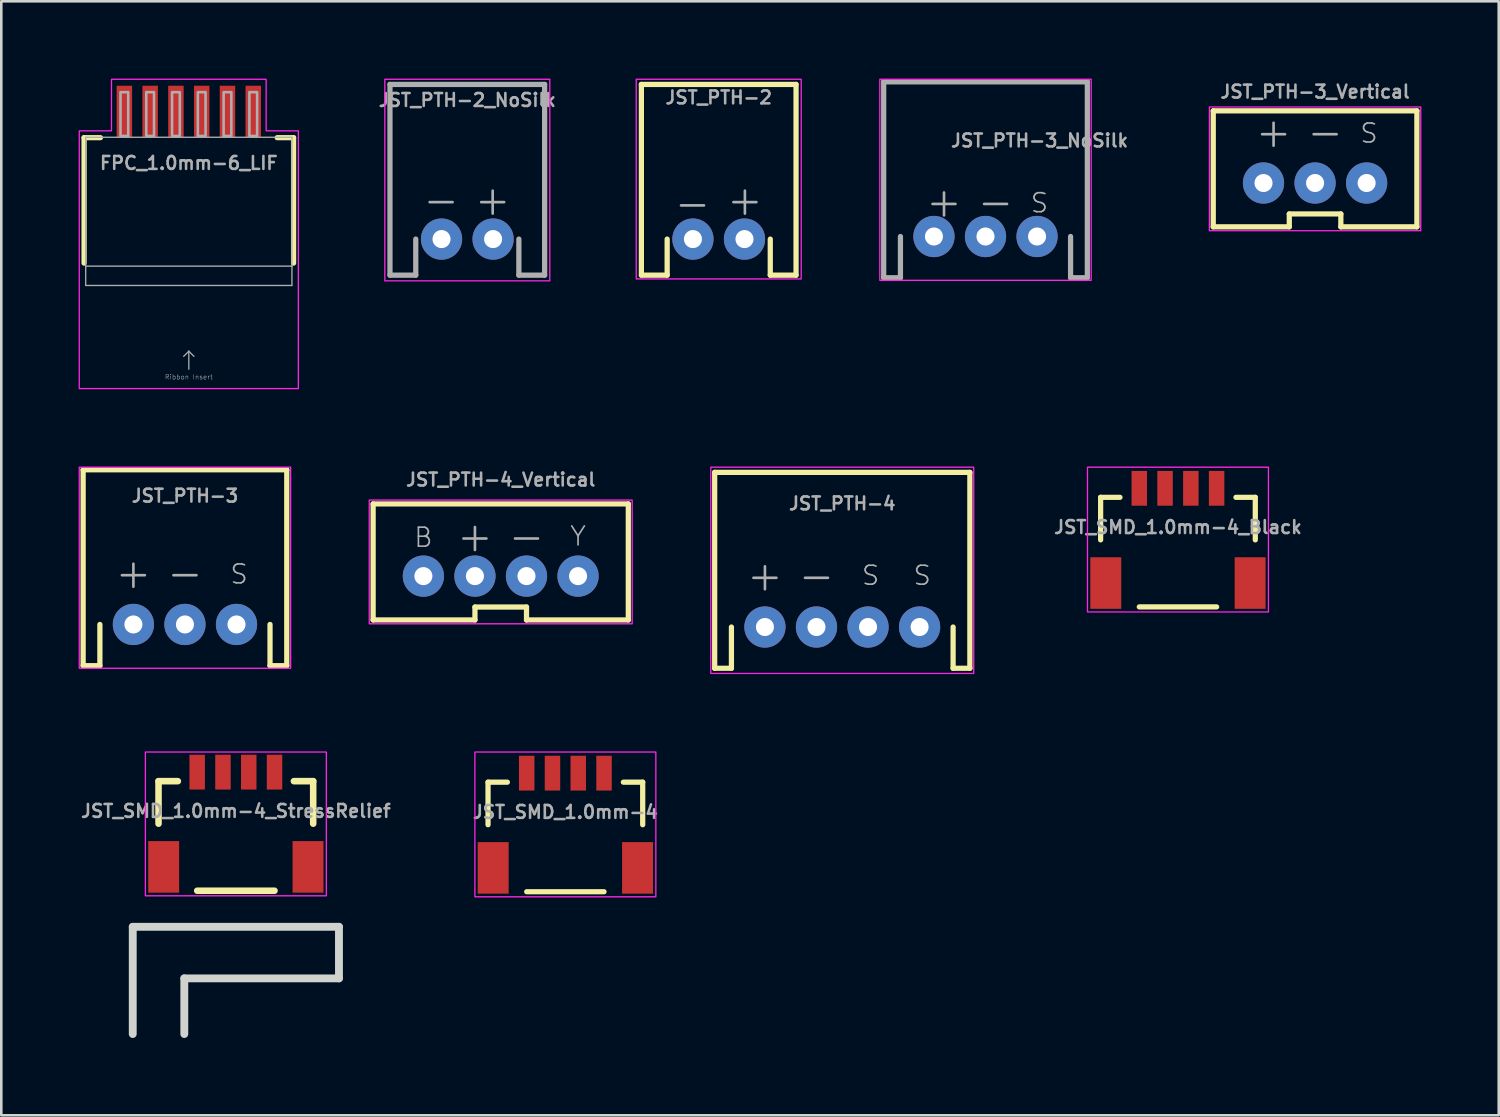
<source format=kicad_pcb>
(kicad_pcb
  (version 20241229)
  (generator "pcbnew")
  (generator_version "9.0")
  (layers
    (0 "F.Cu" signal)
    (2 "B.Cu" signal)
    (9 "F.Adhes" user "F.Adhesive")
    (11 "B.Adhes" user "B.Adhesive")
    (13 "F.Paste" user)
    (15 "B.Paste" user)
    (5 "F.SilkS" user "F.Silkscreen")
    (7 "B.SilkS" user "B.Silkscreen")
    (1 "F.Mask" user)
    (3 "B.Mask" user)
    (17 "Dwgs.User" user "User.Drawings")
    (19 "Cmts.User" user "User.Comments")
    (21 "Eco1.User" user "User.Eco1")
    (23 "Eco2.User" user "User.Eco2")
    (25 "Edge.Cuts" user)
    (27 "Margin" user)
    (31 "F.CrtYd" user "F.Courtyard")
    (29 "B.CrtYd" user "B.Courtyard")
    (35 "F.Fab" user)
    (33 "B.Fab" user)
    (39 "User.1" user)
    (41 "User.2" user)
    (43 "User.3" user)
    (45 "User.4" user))
  (footprint "JST_PTH-3_NoSilk"
    (layer "F.Cu")
    (at 35.182 6.125)
    (property "Reference" "JST_PTH-3_NoSilk" (at -1.397 -3.429 0) (layer "F.Fab") (effects (font (size 0.5 0.5) (thickness 0.1)) (justify left bottom)))
    (attr through_hole)
    (fp_rect (start 4.1 -6.1) (end -4.1 1.7) (stroke (width 0.05) (type default)) (fill no) (layer "F.CrtYd"))
    (fp_line (start -3.95 -6) (end 3.95 -6) (stroke (width 0.203) (type solid)) (layer "F.Fab"))
    (fp_line (start -3.95 1.6) (end -3.95 -6) (stroke (width 0.203) (type solid)) (layer "F.Fab"))
    (fp_line (start -3.95 1.6) (end -3.3 1.6) (stroke (width 0.203) (type solid)) (layer "F.Fab"))
    (fp_line (start -3.3 1.6) (end -3.3 0) (stroke (width 0.203) (type solid)) (layer "F.Fab"))
    (fp_line (start 3.3 1.6) (end 3.3 0) (stroke (width 0.203) (type solid)) (layer "F.Fab"))
    (fp_line (start 3.95 -6) (end 3.95 1.6) (stroke (width 0.203) (type solid)) (layer "F.Fab"))
    (fp_line (start 3.95 1.6) (end 3.3 1.6) (stroke (width 0.203) (type solid)) (layer "F.Fab"))
    (fp_text user "S" (at 1.7 -0.87 0) (layer "F.Fab") (effects (font (size 0.736 0.736) (thickness 0.064)) (justify left bottom)))
    (fp_text user "+" (at -2.4 -0.67 0) (layer "F.Fab") (effects (font (size 1.168 1.168) (thickness 0.102)) (justify left bottom)))
    (fp_text user "-" (at -0.4 -0.67 0) (layer "F.Fab") (effects (font (size 1.168 1.168) (thickness 0.102)) (justify left bottom)))
    (pad "1" thru_hole circle (at -2 0) (size 1.6 1.6) (drill 0.7) (layers "*.Cu" "*.Mask"))
    (pad "2" thru_hole circle (at 0 0) (size 1.6 1.6) (drill 0.7) (layers "*.Cu" "*.Mask"))
    (pad "3" thru_hole circle (at 2 0) (size 1.6 1.6) (drill 0.7) (layers "*.Cu" "*.Mask")))
  (footprint "JST_PTH-3_Vertical"
    (layer "F.Cu")
    (at 47.967 3.5)
    (property "Reference" "JST_PTH-3_Vertical" (at 0 -2.7 0) (layer "F.Fab") (effects (font (size 0.5 0.5) (thickness 0.1)) (justify bottom)))
    (attr through_hole)
    (fp_line (start -3.95 -2.25) (end 3.95 -2.25) (stroke (width 0.203) (type solid)) (layer "F.SilkS"))
    (fp_line (start -3.95 2.25) (end -3.95 -2.25) (stroke (width 0.203) (type solid)) (layer "F.SilkS"))
    (fp_line (start -1 1.75) (end -1 2.25) (stroke (width 0.203) (type solid)) (layer "F.SilkS"))
    (fp_line (start -1 1.75) (end 1 1.75) (stroke (width 0.203) (type solid)) (layer "F.SilkS"))
    (fp_line (start -1 2.25) (end -3.95 2.25) (stroke (width 0.203) (type solid)) (layer "F.SilkS"))
    (fp_line (start 1 1.75) (end 1 2.25) (stroke (width 0.203) (type solid)) (layer "F.SilkS"))
    (fp_line (start 3.95 -2.25) (end 3.95 2.25) (stroke (width 0.203) (type solid)) (layer "F.SilkS"))
    (fp_line (start 3.95 2.25) (end 1 2.25) (stroke (width 0.203) (type solid)) (layer "F.SilkS"))
    (fp_rect (start 4.1 -2.4) (end -4.1 2.4) (stroke (width 0.05) (type default)) (fill no) (layer "F.CrtYd"))
    (fp_text user "S" (at 1.7 -0.95 0) (layer "F.Fab") (effects (font (size 0.736 0.736) (thickness 0.064)) (justify left bottom)))
    (fp_text user "-" (at -0.4 -0.75 0) (layer "F.Fab") (effects (font (size 1.168 1.168) (thickness 0.102)) (justify left bottom)))
    (fp_text user "+" (at -2.4 -0.75 0) (layer "F.Fab") (effects (font (size 1.168 1.168) (thickness 0.102)) (justify left bottom)))
    (pad "1" thru_hole circle (at -2 0.55) (size 1.6 1.6) (drill 0.7) (layers "*.Cu" "*.Mask"))
    (pad "2" thru_hole circle (at 0 0.55) (size 1.6 1.6) (drill 0.7) (layers "*.Cu" "*.Mask"))
    (pad "3" thru_hole circle (at 2 0.55) (size 1.6 1.6) (drill 0.7) (layers "*.Cu" "*.Mask")))
  (footprint "JST_PTH-4"
    (layer "F.Cu")
    (at 29.625 21.275)
    (property "Reference" "JST_PTH-4" (at 0 -4.5 0) (layer "F.Fab") (effects (font (size 0.5 0.5) (thickness 0.1)) (justify bottom)))
    (attr through_hole)
    (fp_line (start -4.95 -6) (end 4.95 -6) (stroke (width 0.203) (type solid)) (layer "F.SilkS"))
    (fp_line (start -4.95 1.6) (end -4.95 -6) (stroke (width 0.203) (type solid)) (layer "F.SilkS"))
    (fp_line (start -4.95 1.6) (end -4.3 1.6) (stroke (width 0.203) (type solid)) (layer "F.SilkS"))
    (fp_line (start -4.3 1.6) (end -4.3 0) (stroke (width 0.203) (type solid)) (layer "F.SilkS"))
    (fp_line (start 4.3 1.6) (end 4.3 0) (stroke (width 0.203) (type solid)) (layer "F.SilkS"))
    (fp_line (start 4.95 -6) (end 4.95 1.6) (stroke (width 0.203) (type solid)) (layer "F.SilkS"))
    (fp_line (start 4.95 1.6) (end 4.3 1.6) (stroke (width 0.203) (type solid)) (layer "F.SilkS"))
    (fp_rect (start 5.1 -6.2) (end -5.1 1.8) (stroke (width 0.05) (type default)) (fill no) (layer "F.CrtYd"))
    (fp_text user "+" (at -3 -2 0) (layer "F.Fab") (effects (font (size 1.168 1.168) (thickness 0.102))))
    (fp_text user "S" (at 1.1 -2 0) (layer "F.Fab") (effects (font (size 0.736 0.736) (thickness 0.064))))
    (fp_text user "S" (at 3.1 -2 0) (layer "F.Fab") (effects (font (size 0.736 0.736) (thickness 0.064))))
    (fp_text user "-" (at -1 -2 0) (layer "F.Fab") (effects (font (size 1.168 1.168) (thickness 0.102))))
    (pad "1" thru_hole circle (at -3 0) (size 1.6 1.6) (drill 0.7) (layers "*.Cu" "*.Mask"))
    (pad "2" thru_hole circle (at -1 0) (size 1.6 1.6) (drill 0.7) (layers "*.Cu" "*.Mask"))
    (pad "3" thru_hole circle (at 1 0) (size 1.6 1.6) (drill 0.7) (layers "*.Cu" "*.Mask"))
    (pad "4" thru_hole circle (at 3 0) (size 1.6 1.6) (drill 0.7) (layers "*.Cu" "*.Mask")))
  (footprint "JST_SMD_1.0mm-4"
    (layer "F.Cu")
    (at 18.883 26.944)
    (property "Reference" "JST_SMD_1.0mm-4" (at 0 1.8 0) (layer "F.Fab") (effects (font (size 0.5 0.5) (thickness 0.1)) (justify bottom)))
    (attr smd)
    (fp_line (start -3 0.35) (end -2.25 0.35) (stroke (width 0.203) (type solid)) (layer "F.SilkS"))
    (fp_line (start -3 2) (end -3 0.35) (stroke (width 0.203) (type solid)) (layer "F.SilkS"))
    (fp_line (start -1.5 4.6) (end 1.5 4.6) (stroke (width 0.203) (type solid)) (layer "F.SilkS"))
    (fp_line (start 2.25 0.35) (end 3 0.35) (stroke (width 0.203) (type solid)) (layer "F.SilkS"))
    (fp_line (start 3 0.35) (end 3 2) (stroke (width 0.203) (type solid)) (layer "F.SilkS"))
    (fp_rect (start 3.51 4.797) (end -3.51 -0.819) (stroke (width 0.05) (type default)) (fill no) (layer "F.CrtYd"))
    (pad "1" smd rect (at -1.5 0) (size 0.6 1.35) (layers "F.Cu" "F.Mask" "F.Paste"))
    (pad "2" smd rect (at -0.5 0) (size 0.6 1.35) (layers "F.Cu" "F.Mask" "F.Paste"))
    (pad "3" smd rect (at 0.5 0) (size 0.6 1.35) (layers "F.Cu" "F.Mask" "F.Paste"))
    (pad "4" smd rect (at 1.5 0) (size 0.6 1.35) (layers "F.Cu" "F.Mask" "F.Paste"))
    (pad "NC1" smd rect (at 2.8 3.675) (size 1.2 2) (layers "F.Cu" "F.Mask" "F.Paste"))
    (pad "NC2" smd rect (at -2.8 3.675) (size 1.2 2) (layers "F.Cu" "F.Mask" "F.Paste")))
  (footprint "JST_PTH-4_Vertical"
    (layer "F.Cu")
    (at 16.375 18.75)
    (property "Reference" "JST_PTH-4_Vertical" (at 0 -2.9 0) (layer "F.Fab") (effects (font (size 0.5 0.5) (thickness 0.1) (bold yes)) (justify bottom)))
    (attr through_hole)
    (fp_line (start -4.95 -2.25) (end 4.95 -2.25) (stroke (width 0.203) (type solid)) (layer "F.SilkS"))
    (fp_line (start -4.95 2.25) (end -4.95 -2.25) (stroke (width 0.203) (type solid)) (layer "F.SilkS"))
    (fp_line (start -1 1.75) (end -1 2.25) (stroke (width 0.203) (type solid)) (layer "F.SilkS"))
    (fp_line (start -1 1.75) (end 1 1.75) (stroke (width 0.203) (type solid)) (layer "F.SilkS"))
    (fp_line (start -1 2.25) (end -4.95 2.25) (stroke (width 0.203) (type solid)) (layer "F.SilkS"))
    (fp_line (start 1 1.75) (end 1 2.25) (stroke (width 0.203) (type solid)) (layer "F.SilkS"))
    (fp_line (start 4.95 -2.25) (end 4.95 2.25) (stroke (width 0.203) (type solid)) (layer "F.SilkS"))
    (fp_line (start 4.95 2.25) (end 1 2.25) (stroke (width 0.203) (type solid)) (layer "F.SilkS"))
    (fp_rect (start 5.1 -2.4) (end -5.1 2.4) (stroke (width 0.05) (type default)) (fill no) (layer "F.CrtYd"))
    (fp_text user "B" (at -3 -0.95 0) (layer "F.Fab") (effects (font (size 0.736 0.736) (thickness 0.064))))
    (fp_text user "-" (at 1 -1 0) (layer "F.Fab") (effects (font (size 1.168 1.168) (thickness 0.102))))
    (fp_text user "Y" (at 3 -1 0) (layer "F.Fab") (effects (font (size 0.736 0.736) (thickness 0.064))))
    (fp_text user "+" (at -1 -1 0) (layer "F.Fab") (effects (font (size 1.168 1.168) (thickness 0.102))))
    (pad "1" thru_hole circle (at -3 0.55) (size 1.6 1.6) (drill 0.7) (layers "*.Cu" "*.Mask"))
    (pad "2" thru_hole circle (at -1 0.55) (size 1.6 1.6) (drill 0.7) (layers "*.Cu" "*.Mask"))
    (pad "3" thru_hole circle (at 1 0.55) (size 1.6 1.6) (drill 0.7) (layers "*.Cu" "*.Mask"))
    (pad "4" thru_hole circle (at 3 0.55) (size 1.6 1.6) (drill 0.7) (layers "*.Cu" "*.Mask")))
  (footprint "JST_SMD_1.0mm-4_Black"
    (layer "F.Cu")
    (at 42.648 15.894)
    (property "Reference" "JST_SMD_1.0mm-4_Black" (at 0 1.8 0) (layer "F.Fab") (effects (font (size 0.5 0.5) (thickness 0.1)) (justify bottom)))
    (attr smd)
    (fp_line (start -3 0.35) (end -2.25 0.35) (stroke (width 0.203) (type solid)) (layer "F.SilkS"))
    (fp_line (start -3 2) (end -3 0.35) (stroke (width 0.203) (type solid)) (layer "F.SilkS"))
    (fp_line (start -1.5 4.6) (end 1.5 4.6) (stroke (width 0.203) (type solid)) (layer "F.SilkS"))
    (fp_line (start 2.25 0.35) (end 3 0.35) (stroke (width 0.203) (type solid)) (layer "F.SilkS"))
    (fp_line (start 3 0.35) (end 3 2) (stroke (width 0.203) (type solid)) (layer "F.SilkS"))
    (fp_rect (start 3.51 4.797) (end -3.51 -0.819) (stroke (width 0.05) (type default)) (fill no) (layer "F.CrtYd"))
    (pad "1" smd rect (at -1.5 0) (size 0.6 1.35) (layers "F.Cu" "F.Mask" "F.Paste"))
    (pad "2" smd rect (at -0.5 0) (size 0.6 1.35) (layers "F.Cu" "F.Mask" "F.Paste"))
    (pad "3" smd rect (at 0.5 0) (size 0.6 1.35) (layers "F.Cu" "F.Mask" "F.Paste"))
    (pad "4" smd rect (at 1.5 0) (size 0.6 1.35) (layers "F.Cu" "F.Mask" "F.Paste"))
    (pad "NC1" smd rect (at 2.8 3.675) (size 1.2 2) (layers "F.Cu" "F.Mask" "F.Paste"))
    (pad "NC2" smd rect (at -2.8 3.675) (size 1.2 2) (layers "F.Cu" "F.Mask" "F.Paste")))
  (footprint "JST_SMD_1.0mm-4_StressRelief"
    (layer "F.Cu")
    (at 6.1 26.905)
    (property "Reference" "JST_SMD_1.0mm-4_StressRelief" (at 0 1.8 0) (layer "F.Fab") (effects (font (size 0.5 0.5) (thickness 0.1)) (justify bottom)))
    (attr smd)
    (fp_line (start -3 0.35) (end -2.25 0.35) (stroke (width 0.254) (type solid)) (layer "F.SilkS"))
    (fp_line (start -3 2) (end -3 0.35) (stroke (width 0.254) (type solid)) (layer "F.SilkS"))
    (fp_line (start -1.5 4.6) (end 1.5 4.6) (stroke (width 0.254) (type solid)) (layer "F.SilkS"))
    (fp_line (start 2.25 0.35) (end 3 0.35) (stroke (width 0.254) (type solid)) (layer "F.SilkS"))
    (fp_line (start 3 0.35) (end 3 2) (stroke (width 0.254) (type solid)) (layer "F.SilkS"))
    (fp_line (start -4 6) (end -4 10.16) (stroke (width 0.305) (type solid)) (layer "Edge.Cuts"))
    (fp_line (start -2 8) (end 4 8) (stroke (width 0.305) (type solid)) (layer "Edge.Cuts"))
    (fp_line (start -2 10.16) (end -2 8) (stroke (width 0.305) (type solid)) (layer "Edge.Cuts"))
    (fp_line (start 4 6) (end -4 6) (stroke (width 0.305) (type solid)) (layer "Edge.Cuts"))
    (fp_line (start 4 8) (end 4 6) (stroke (width 0.305) (type solid)) (layer "Edge.Cuts"))
    (fp_rect (start 3.51 4.797) (end -3.51 -0.78) (stroke (width 0.05) (type default)) (fill no) (layer "F.CrtYd"))
    (pad "1" smd rect (at -1.5 0) (size 0.6 1.35) (layers "F.Cu" "F.Mask" "F.Paste"))
    (pad "2" smd rect (at -0.5 0) (size 0.6 1.35) (layers "F.Cu" "F.Mask" "F.Paste"))
    (pad "3" smd rect (at 0.5 0) (size 0.6 1.35) (layers "F.Cu" "F.Mask" "F.Paste"))
    (pad "4" smd rect (at 1.5 0) (size 0.6 1.35) (layers "F.Cu" "F.Mask" "F.Paste"))
    (pad "NC1" smd rect (at 2.8 3.675) (size 1.2 2) (layers "F.Cu" "F.Mask" "F.Paste"))
    (pad "NC2" smd rect (at -2.8 3.675) (size 1.2 2) (layers "F.Cu" "F.Mask" "F.Paste")))
  (footprint "JST_PTH-3"
    (layer "F.Cu")
    (at 4.125 21.175)
    (property "Reference" "JST_PTH-3" (at 0 -4.7 0) (layer "F.Fab") (effects (font (size 0.5 0.5) (thickness 0.1)) (justify bottom)))
    (attr through_hole)
    (fp_line (start -3.95 -6) (end 3.95 -6) (stroke (width 0.203) (type solid)) (layer "F.SilkS"))
    (fp_line (start -3.95 1.6) (end -3.95 -6) (stroke (width 0.203) (type solid)) (layer "F.SilkS"))
    (fp_line (start -3.95 1.6) (end -3.3 1.6) (stroke (width 0.203) (type solid)) (layer "F.SilkS"))
    (fp_line (start -3.3 1.6) (end -3.3 0) (stroke (width 0.203) (type solid)) (layer "F.SilkS"))
    (fp_line (start 3.3 1.6) (end 3.3 0) (stroke (width 0.203) (type solid)) (layer "F.SilkS"))
    (fp_line (start 3.95 -6) (end 3.95 1.6) (stroke (width 0.203) (type solid)) (layer "F.SilkS"))
    (fp_line (start 3.95 1.6) (end 3.3 1.6) (stroke (width 0.203) (type solid)) (layer "F.SilkS"))
    (fp_rect (start 4.1 -6.1) (end -4.1 1.7) (stroke (width 0.05) (type default)) (fill no) (layer "F.CrtYd"))
    (fp_text user "+" (at -2 -2 0) (layer "F.Fab") (effects (font (size 1.168 1.168) (thickness 0.102))))
    (fp_text user "-" (at 0 -2 0) (layer "F.Fab") (effects (font (size 1.168 1.168) (thickness 0.102))))
    (fp_text user "S" (at 2.1 -1.95 0) (layer "F.Fab") (effects (font (size 0.736 0.736) (thickness 0.064))))
    (pad "1" thru_hole circle (at -2 0) (size 1.6 1.6) (drill 0.7) (layers "*.Cu" "*.Mask"))
    (pad "2" thru_hole circle (at 0 0) (size 1.6 1.6) (drill 0.7) (layers "*.Cu" "*.Mask"))
    (pad "3" thru_hole circle (at 2 0) (size 1.6 1.6) (drill 0.7) (layers "*.Cu" "*.Mask")))
  (footprint "JST_PTH-2"
    (layer "F.Cu")
    (at 24.832 6.225)
    (property "Reference" "JST_PTH-2" (at 0 -5.2 0) (layer "F.Fab") (effects (font (size 0.5 0.5) (thickness 0.1)) (justify bottom)))
    (attr through_hole)
    (fp_line (start -3 -6) (end 3 -6) (stroke (width 0.203) (type solid)) (layer "F.SilkS"))
    (fp_line (start -3 1.4) (end -3 -6) (stroke (width 0.203) (type solid)) (layer "F.SilkS"))
    (fp_line (start -3 1.4) (end -2 1.4) (stroke (width 0.203) (type solid)) (layer "F.SilkS"))
    (fp_line (start -2 1.4) (end -2 0) (stroke (width 0.203) (type solid)) (layer "F.SilkS"))
    (fp_line (start 2 1.4) (end 2 0) (stroke (width 0.203) (type solid)) (layer "F.SilkS"))
    (fp_line (start 3 -6) (end 3 1.4) (stroke (width 0.203) (type solid)) (layer "F.SilkS"))
    (fp_line (start 3 1.4) (end 2 1.4) (stroke (width 0.203) (type solid)) (layer "F.SilkS"))
    (fp_rect (start 3.2 -6.2) (end -3.2 1.546) (stroke (width 0.05) (type default)) (fill no) (layer "F.CrtYd"))
    (fp_text user "-" (at -1.016 -1.397 0) (layer "F.Fab") (effects (font (size 1.168 1.168) (thickness 0.102))))
    (fp_text user "+" (at 1.016 -1.524 0) (layer "F.Fab") (effects (font (size 1.168 1.168) (thickness 0.102))))
    (pad "1" thru_hole circle (at -1 0) (size 1.6 1.6) (drill 0.7) (layers "*.Cu" "*.Mask"))
    (pad "2" thru_hole circle (at 1 0) (size 1.6 1.6) (drill 0.7) (layers "*.Cu" "*.Mask")))
  (footprint "JST_PTH-2_NoSilk"
    (layer "F.Cu")
    (at 15.079 6.225)
    (property "Reference" "JST_PTH-2_NoSilk" (at 0 -5.1 0) (layer "F.Fab") (effects (font (size 0.5 0.5) (thickness 0.1)) (justify bottom)))
    (attr through_hole)
    (fp_rect (start 3.2 -6.2) (end -3.2 1.619) (stroke (width 0.05) (type default)) (fill no) (layer "F.CrtYd"))
    (fp_line (start -3 -6) (end 3 -6) (stroke (width 0.203) (type solid)) (layer "F.Fab"))
    (fp_line (start -3 1.4) (end -3 -6) (stroke (width 0.203) (type solid)) (layer "F.Fab"))
    (fp_line (start -2 0) (end -2 1.4) (stroke (width 0.203) (type solid)) (layer "F.Fab"))
    (fp_line (start -2 1.4) (end -3 1.4) (stroke (width 0.203) (type solid)) (layer "F.Fab"))
    (fp_line (start 2 1.4) (end 2 0) (stroke (width 0.203) (type solid)) (layer "F.Fab"))
    (fp_line (start 3 -6) (end 3 1.4) (stroke (width 0.203) (type solid)) (layer "F.Fab"))
    (fp_line (start 3 1.4) (end 2 1.4) (stroke (width 0.203) (type solid)) (layer "F.Fab"))
    (fp_text user "+" (at 0.984 -1.524 0) (layer "F.Fab") (effects (font (size 1.168 1.168) (thickness 0.102))))
    (fp_text user "-" (at -1.016 -1.524 0) (layer "F.Fab") (effects (font (size 1.168 1.168) (thickness 0.102))))
    (pad "1" thru_hole circle (at -1 0) (size 1.6 1.6) (drill 0.7) (layers "*.Cu" "*.Mask"))
    (pad "2" thru_hole circle (at 1 0) (size 1.6 1.6) (drill 0.7) (layers "*.Cu" "*.Mask")))
  (footprint "FPC_1.0mm-6_LIF"
    (layer "F.Cu")
    (at 4.275 4.275)
    (property "Reference" "FPC_1.0mm-6_LIF" (at 0 -1 0) (layer "F.Fab") (effects (font (size 0.5 0.5) (thickness 0.1) (bold yes))))
    (attr smd)
    (fp_line (start -4.064 -1.984) (end -4.064 2.88) (stroke (width 0.203) (type solid)) (layer "F.SilkS"))
    (fp_line (start -3.429 -1.984) (end -4.064 -1.984) (stroke (width 0.203) (type solid)) (layer "F.SilkS"))
    (fp_line (start 4.064 -1.984) (end 3.429 -1.984) (stroke (width 0.203) (type solid)) (layer "F.SilkS"))
    (fp_line (start 4.064 -1.984) (end 4.064 2.88) (stroke (width 0.203) (type solid)) (layer "F.SilkS"))
    (fp_poly (pts (xy 3 -2.25) (xy 3 -4.25) (xy -3 -4.25) (xy -3 -2.25) (xy -4.25 -2.25) (xy -4.25 7.75) (xy 4.25 7.75) (xy 4.25 -2.25)) (stroke (width 0.05) (type solid)) (fill no) (layer "F.CrtYd"))
    (fp_line (start -4 -2) (end 4 -2) (stroke (width 0.051) (type solid)) (layer "F.Fab"))
    (fp_line (start -4 3) (end -4 -2) (stroke (width 0.051) (type solid)) (layer "F.Fab"))
    (fp_line (start -4 3) (end 4 3) (stroke (width 0.051) (type solid)) (layer "F.Fab"))
    (fp_line (start -4 3.75) (end -4 3) (stroke (width 0.051) (type solid)) (layer "F.Fab"))
    (fp_line (start 0 6.3) (end -0.2 6.5) (stroke (width 0.05) (type solid)) (layer "F.Fab"))
    (fp_line (start 0 6.3) (end 0.2 6.5) (stroke (width 0.05) (type solid)) (layer "F.Fab"))
    (fp_line (start 0 7) (end 0 6.3) (stroke (width 0.05) (type solid)) (layer "F.Fab"))
    (fp_line (start 4 -2) (end 4 3) (stroke (width 0.051) (type solid)) (layer "F.Fab"))
    (fp_line (start 4 3) (end 4 3.75) (stroke (width 0.051) (type solid)) (layer "F.Fab"))
    (fp_line (start 4 3.75) (end -4 3.75) (stroke (width 0.051) (type solid)) (layer "F.Fab"))
    (fp_poly (pts (xy -2.65 -2.05) (xy -2.35 -2.05) (xy -2.35 -3.75) (xy -2.65 -3.75)) (stroke (width 0.1) (type default)) (fill no) (layer "F.Fab"))
    (fp_poly (pts (xy -1.65 -2.05) (xy -1.35 -2.05) (xy -1.35 -3.75) (xy -1.65 -3.75)) (stroke (width 0.1) (type default)) (fill no) (layer "F.Fab"))
    (fp_poly (pts (xy -0.65 -2.05) (xy -0.35 -2.05) (xy -0.35 -3.75) (xy -0.65 -3.75)) (stroke (width 0.1) (type default)) (fill no) (layer "F.Fab"))
    (fp_poly (pts (xy 0.35 -2.05) (xy 0.65 -2.05) (xy 0.65 -3.75) (xy 0.35 -3.75)) (stroke (width 0.1) (type default)) (fill no) (layer "F.Fab"))
    (fp_poly (pts (xy 1.35 -2.05) (xy 1.65 -2.05) (xy 1.65 -3.75) (xy 1.35 -3.75)) (stroke (width 0.1) (type default)) (fill no) (layer "F.Fab"))
    (fp_poly (pts (xy 2.35 -2.05) (xy 2.65 -2.05) (xy 2.65 -3.75) (xy 2.35 -3.75)) (stroke (width 0.1) (type default)) (fill no) (layer "F.Fab"))
    (fp_text user "Ribbon Insert" (at 0 7.3 0) (layer "F.Fab") (effects (font (size 0.184 0.184) (thickness 0.016))))
    (pad "1" smd rect (at -2.5 -3 90) (size 2 0.6) (layers "F.Cu" "F.Mask" "F.Paste"))
    (pad "2" smd rect (at -1.5 -3 90) (size 2 0.6) (layers "F.Cu" "F.Mask" "F.Paste"))
    (pad "3" smd rect (at -0.5 -3 90) (size 2 0.6) (layers "F.Cu" "F.Mask" "F.Paste"))
    (pad "4" smd rect (at 0.5 -3 90) (size 2 0.6) (layers "F.Cu" "F.Mask" "F.Paste"))
    (pad "5" smd rect (at 1.5 -3 90) (size 2 0.6) (layers "F.Cu" "F.Mask" "F.Paste"))
    (pad "6" smd rect (at 2.5 -3 90) (size 2 0.6) (layers "F.Cu" "F.Mask" "F.Paste")))
  (gr_rect
    (start -3 -3)
    (end 55.092 40.217)
    (stroke (width 0.1) (type default))
    (fill no)
    (layer "Edge.Cuts")))
</source>
